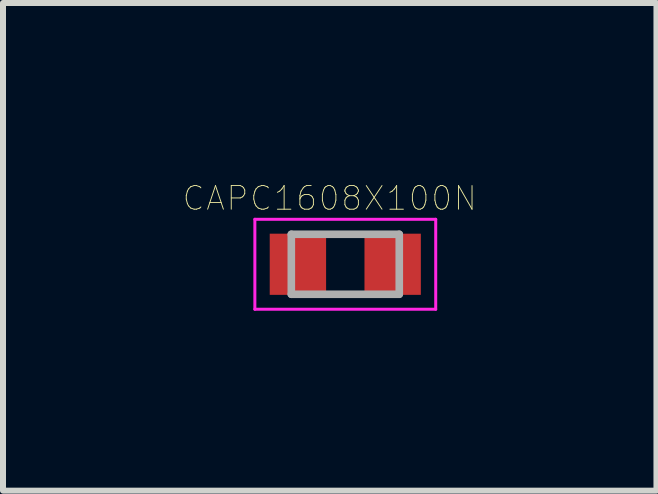
<source format=kicad_pcb>
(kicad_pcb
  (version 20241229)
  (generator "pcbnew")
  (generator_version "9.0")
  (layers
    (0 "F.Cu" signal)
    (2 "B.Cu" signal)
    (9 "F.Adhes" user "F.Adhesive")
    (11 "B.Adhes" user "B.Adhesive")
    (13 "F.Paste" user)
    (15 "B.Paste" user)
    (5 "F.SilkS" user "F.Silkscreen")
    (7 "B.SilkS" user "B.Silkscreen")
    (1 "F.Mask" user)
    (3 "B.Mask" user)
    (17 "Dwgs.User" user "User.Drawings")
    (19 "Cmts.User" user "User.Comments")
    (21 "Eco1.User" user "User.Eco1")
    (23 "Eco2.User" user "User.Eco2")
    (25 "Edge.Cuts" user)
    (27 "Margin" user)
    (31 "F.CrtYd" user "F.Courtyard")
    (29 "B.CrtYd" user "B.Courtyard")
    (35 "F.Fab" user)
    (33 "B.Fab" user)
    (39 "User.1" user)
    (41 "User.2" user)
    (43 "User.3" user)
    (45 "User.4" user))
  (footprint "CAPC1608X100N"
    (layer "F.Cu")
    (at 2.708 1.357)
    (property "Reference" "CAPC1608X100N" (at -0.26 -1.1 0) (layer "F.SilkS") (effects (font (size 0.394 0.394) (thickness 0.015))))
    (attr through_hole)
    (fp_line (start -1.508 -0.75) (end 1.508 -0.75) (stroke (width 0.05) (type solid)) (layer "F.CrtYd"))
    (fp_line (start -1.508 0.75) (end -1.508 -0.75) (stroke (width 0.05) (type solid)) (layer "F.CrtYd"))
    (fp_line (start -1.508 0.75) (end 1.508 0.75) (stroke (width 0.05) (type solid)) (layer "F.CrtYd"))
    (fp_line (start 1.508 0.75) (end 1.508 -0.75) (stroke (width 0.05) (type solid)) (layer "F.CrtYd"))
    (fp_line (start -0.9 0.5) (end -0.9 -0.5) (stroke (width 0.127) (type solid)) (layer "F.Fab"))
    (fp_line (start 0.9 -0.5) (end -0.9 -0.5) (stroke (width 0.127) (type solid)) (layer "F.Fab"))
    (fp_line (start 0.9 0.5) (end -0.9 0.5) (stroke (width 0.127) (type solid)) (layer "F.Fab"))
    (fp_line (start 0.9 0.5) (end 0.9 -0.5) (stroke (width 0.127) (type solid)) (layer "F.Fab"))
    (pad "1" smd rect (at -0.79 0) (size 0.94 1.02) (layers "F.Cu" "F.Mask" "F.Paste"))
    (pad "2" smd rect (at 0.79 0) (size 0.94 1.02) (layers "F.Cu" "F.Mask" "F.Paste")))
  (gr_rect
    (start -3 -3)
    (end 7.897 5.132)
    (stroke (width 0.1) (type default))
    (fill no)
    (layer "Edge.Cuts")))
</source>
